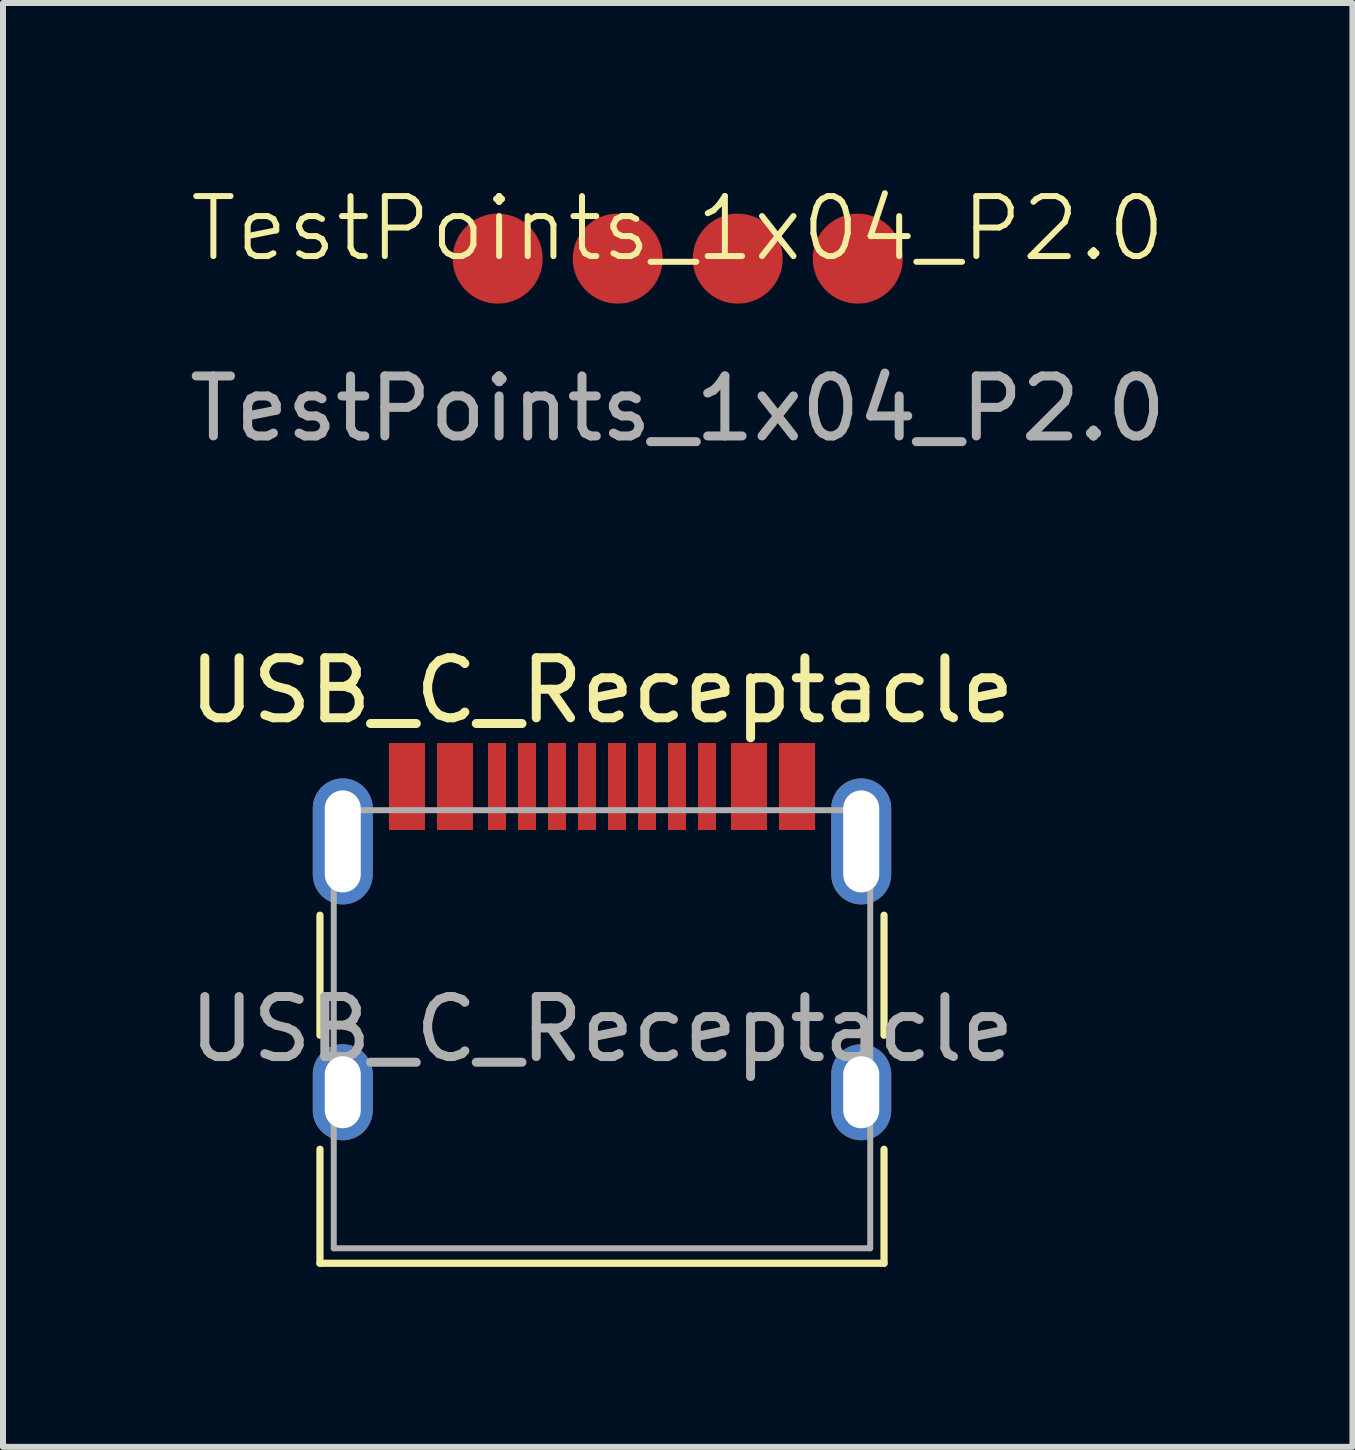
<source format=kicad_pcb>
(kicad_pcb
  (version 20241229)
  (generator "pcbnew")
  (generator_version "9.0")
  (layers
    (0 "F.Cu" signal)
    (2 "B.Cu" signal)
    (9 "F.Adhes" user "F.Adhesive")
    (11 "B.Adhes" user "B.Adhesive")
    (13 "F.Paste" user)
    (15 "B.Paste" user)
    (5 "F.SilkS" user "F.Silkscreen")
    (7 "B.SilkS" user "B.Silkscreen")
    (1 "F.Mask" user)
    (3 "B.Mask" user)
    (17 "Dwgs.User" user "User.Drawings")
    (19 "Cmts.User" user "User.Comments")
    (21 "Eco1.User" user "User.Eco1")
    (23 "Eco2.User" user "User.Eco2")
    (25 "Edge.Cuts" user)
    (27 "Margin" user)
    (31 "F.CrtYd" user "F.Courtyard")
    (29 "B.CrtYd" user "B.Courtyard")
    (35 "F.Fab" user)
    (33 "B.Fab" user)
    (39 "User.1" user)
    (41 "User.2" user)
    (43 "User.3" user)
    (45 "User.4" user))
  (footprint "USB_C_Receptacle"
    (layer "F.Cu")
    (at 6.982 14.102)
    (property "Reference" "USB_C_Receptacle" (at 0 -5.645 0) (layer "F.SilkS") (effects (font (size 1 1) (thickness 0.15))))
    (attr smd)
    (fp_line (start -4.7 -1.9) (end -4.7 0.1) (stroke (width 0.12) (type solid)) (layer "F.SilkS"))
    (fp_line (start -4.7 2) (end -4.7 3.9) (stroke (width 0.12) (type solid)) (layer "F.SilkS"))
    (fp_line (start -4.7 3.9) (end 4.7 3.9) (stroke (width 0.12) (type solid)) (layer "F.SilkS"))
    (fp_line (start 4.7 -1.9) (end 4.7 0.1) (stroke (width 0.12) (type solid)) (layer "F.SilkS"))
    (fp_line (start 4.7 2) (end 4.7 3.9) (stroke (width 0.12) (type solid)) (layer "F.SilkS"))
    (fp_line (start -4.47 -3.65) (end -4.47 3.65) (stroke (width 0.1) (type solid)) (layer "F.Fab"))
    (fp_line (start -4.47 -3.65) (end 4.47 -3.65) (stroke (width 0.1) (type solid)) (layer "F.Fab"))
    (fp_line (start -4.47 3.65) (end 4.47 3.65) (stroke (width 0.1) (type solid)) (layer "F.Fab"))
    (fp_line (start 4.47 -3.65) (end 4.47 3.65) (stroke (width 0.1) (type solid)) (layer "F.Fab"))
    (fp_text user "${REFERENCE}" (at 0 0 0) (layer "F.Fab") (effects (font (size 1 1) (thickness 0.15))))
    (pad "A1" smd rect (at -3.25 -4.045) (size 0.6 1.45) (layers "F.Cu" "F.Mask" "F.Paste"))
    (pad "A4" smd rect (at -2.45 -4.045) (size 0.6 1.45) (layers "F.Cu" "F.Mask" "F.Paste"))
    (pad "A5" smd rect (at -1.25 -4.045) (size 0.3 1.45) (layers "F.Cu" "F.Mask" "F.Paste"))
    (pad "A6" smd rect (at -0.25 -4.045) (size 0.3 1.45) (layers "F.Cu" "F.Mask" "F.Paste"))
    (pad "A7" smd rect (at 0.25 -4.045) (size 0.3 1.45) (layers "F.Cu" "F.Mask" "F.Paste"))
    (pad "A8" smd rect (at 1.25 -4.045) (size 0.3 1.45) (layers "F.Cu" "F.Mask" "F.Paste"))
    (pad "A9" smd rect (at 2.45 -4.045) (size 0.6 1.45) (layers "F.Cu" "F.Mask" "F.Paste"))
    (pad "A12" smd rect (at 3.25 -4.045) (size 0.6 1.45) (layers "F.Cu" "F.Mask" "F.Paste"))
    (pad "B1" smd rect (at 3.25 -4.045) (size 0.6 1.45) (layers "F.Cu" "F.Mask" "F.Paste"))
    (pad "B4" smd rect (at 2.45 -4.045) (size 0.6 1.45) (layers "F.Cu" "F.Mask" "F.Paste"))
    (pad "B5" smd rect (at 1.75 -4.045) (size 0.3 1.45) (layers "F.Cu" "F.Mask" "F.Paste"))
    (pad "B6" smd rect (at 0.75 -4.045) (size 0.3 1.45) (layers "F.Cu" "F.Mask" "F.Paste"))
    (pad "B7" smd rect (at -0.75 -4.045) (size 0.3 1.45) (layers "F.Cu" "F.Mask" "F.Paste"))
    (pad "B8" smd rect (at -1.75 -4.045) (size 0.3 1.45) (layers "F.Cu" "F.Mask" "F.Paste"))
    (pad "B9" smd rect (at -2.45 -4.045) (size 0.6 1.45) (layers "F.Cu" "F.Mask" "F.Paste"))
    (pad "B12" smd rect (at -3.25 -4.045) (size 0.6 1.45) (layers "F.Cu" "F.Mask" "F.Paste"))
    (pad "S1" thru_hole oval (at -4.32 -3.13) (size 1 2.1) (drill oval 0.6 1.7) (layers "*.Cu" "*.Mask"))
    (pad "S1" thru_hole oval (at -4.32 1.05) (size 1 1.6) (drill oval 0.6 1.2) (layers "*.Cu" "*.Mask"))
    (pad "S1" thru_hole oval (at 4.32 -3.13) (size 1 2.1) (drill oval 0.6 1.7) (layers "*.Cu" "*.Mask"))
    (pad "S1" thru_hole oval (at 4.32 1.05) (size 1 1.6) (drill oval 0.6 1.2) (layers "*.Cu" "*.Mask")))
  (footprint "TestPoints_1x04_P2.0"
    (layer "F.Cu")
    (at 8.244 1.26)
    (property "Reference" "TestPoints_1x04_P2.0" (at 0 -0.5 0) (unlocked yes) (layer "F.SilkS") (effects (font (size 1 1) (thickness 0.1))))
    (attr smd)
    (fp_text user "${REFERENCE}" (at 0 2.5 0) (unlocked yes) (layer "F.Fab") (effects (font (size 1 1) (thickness 0.15))))
    (pad "1" smd circle (at -3 0) (size 1.5 1.5) (layers "F.Cu" "F.Mask" "F.Paste"))
    (pad "2" smd circle (at -1 0) (size 1.5 1.5) (layers "F.Cu" "F.Mask" "F.Paste"))
    (pad "3" smd circle (at 1 0) (size 1.5 1.5) (layers "F.Cu" "F.Mask" "F.Paste"))
    (pad "4" smd circle (at 3 0) (size 1.5 1.5) (layers "F.Cu" "F.Mask" "F.Paste")))
  (gr_rect
    (start -3 -3)
    (end 19.488 21.062)
    (stroke (width 0.1) (type default))
    (fill no)
    (layer "Edge.Cuts")))
</source>
